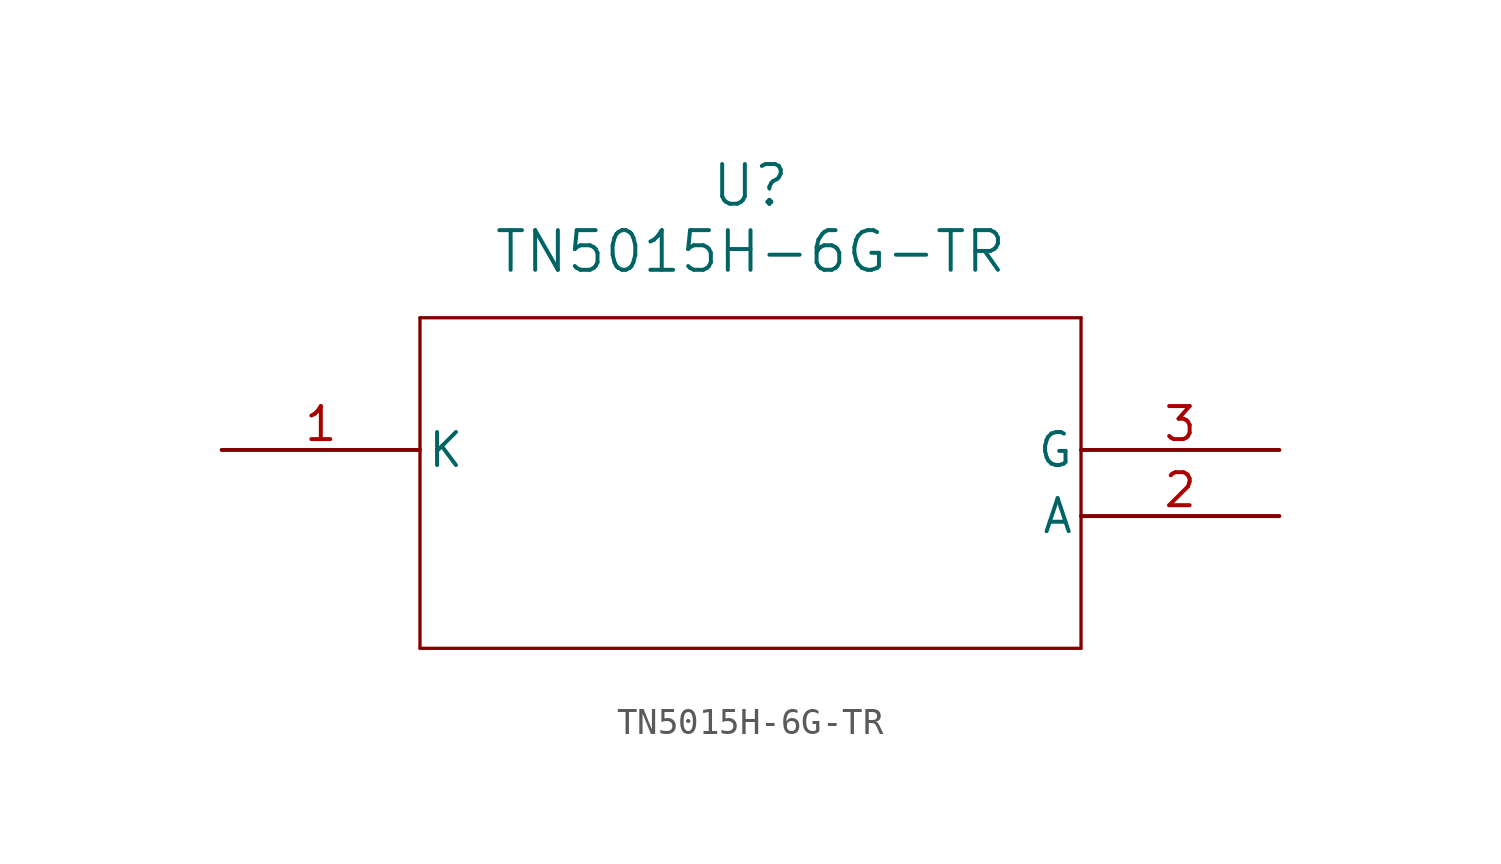
<source format=kicad_sym>
(kicad_symbol_lib
  (version 20211014)
  (generator kicad_symbol_editor)
  (symbol "TN5015H-6G-TR"
    (pin_names
      (offset 0.254))
    (property "Reference" "U"
      (at 20.32 10.16 0)
      (effects (font (size 1.524 1.524))))
    (property "Value" "TN5015H-6G-TR"
      (at 20.32 7.62 0)
      (effects (font (size 1.524 1.524))))
    (symbol "TN5015H-6G-TR_0_1"
      (polyline (pts (xy 7.62 5.08) (xy 7.62 -7.62)) (stroke (width 0.127) (type default) (color 0 0 0 0)) (fill (type none)))
      (polyline (pts (xy 7.62 -7.62) (xy 33.02 -7.62)) (stroke (width 0.127) (type default) (color 0 0 0 0)) (fill (type none)))
      (polyline (pts (xy 33.02 -7.62) (xy 33.02 5.08)) (stroke (width 0.127) (type default) (color 0 0 0 0)) (fill (type none)))
      (polyline (pts (xy 33.02 5.08) (xy 7.62 5.08)) (stroke (width 0.127) (type default) (color 0 0 0 0)) (fill (type none)))
      (pin unspecified line (at 0 0 0) (length 7.62) (name "K" (effects (font (size 1.27 1.27)))) (number "1" (effects (font (size 1.27 1.27)))))
      (pin unspecified line (at 40.64 -2.54 180) (length 7.62) (name "A" (effects (font (size 1.27 1.27)))) (number "2" (effects (font (size 1.27 1.27)))))
      (pin unspecified line (at 40.64 0 180) (length 7.62) (name "G" (effects (font (size 1.27 1.27)))) (number "3" (effects (font (size 1.27 1.27))))))))
</source>
